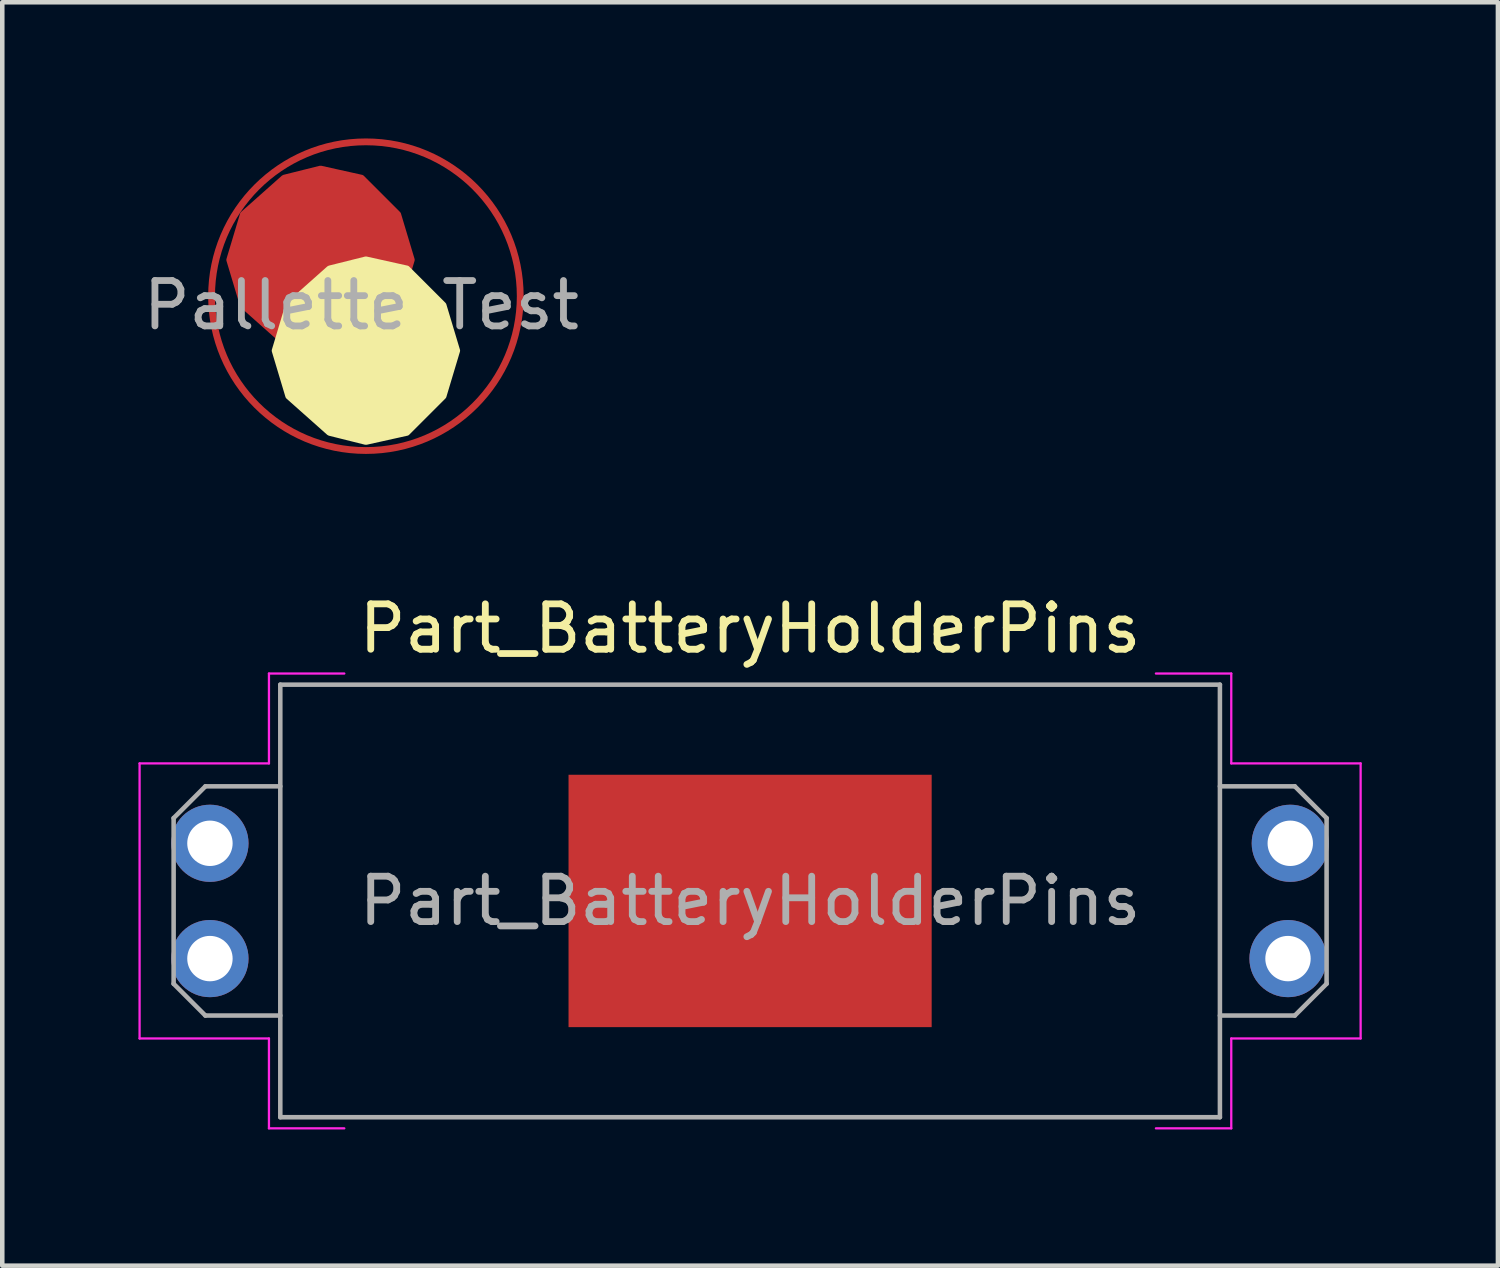
<source format=kicad_pcb>
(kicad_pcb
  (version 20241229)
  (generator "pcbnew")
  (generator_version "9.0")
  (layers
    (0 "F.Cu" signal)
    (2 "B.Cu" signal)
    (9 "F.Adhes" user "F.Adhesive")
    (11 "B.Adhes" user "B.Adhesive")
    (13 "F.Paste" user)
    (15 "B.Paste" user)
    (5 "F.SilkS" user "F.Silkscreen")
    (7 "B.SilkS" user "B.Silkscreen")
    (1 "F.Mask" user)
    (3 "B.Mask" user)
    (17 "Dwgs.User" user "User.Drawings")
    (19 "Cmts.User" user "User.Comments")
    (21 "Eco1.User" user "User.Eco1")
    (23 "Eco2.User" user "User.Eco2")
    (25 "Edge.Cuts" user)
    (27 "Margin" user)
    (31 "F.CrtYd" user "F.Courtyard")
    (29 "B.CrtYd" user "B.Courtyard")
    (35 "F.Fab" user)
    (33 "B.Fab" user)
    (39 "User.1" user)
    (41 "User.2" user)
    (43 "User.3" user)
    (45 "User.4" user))
  (footprint "Part_BatteryHolderPins"
    (layer "F.Cu")
    (at 13.475 16.798)
    (property "Reference" "Part_BatteryHolderPins" (at 0 -6 0) (layer "F.SilkS") (effects (font (size 1 1) (thickness 0.15))))
    (attr smd)
    (fp_line (start -13.45 -3.03) (end -13.45 3.03) (stroke (width 0.05) (type solid)) (layer "F.CrtYd"))
    (fp_line (start -13.45 3.03) (end -10.6 3.03) (stroke (width 0.05) (type solid)) (layer "F.CrtYd"))
    (fp_line (start -10.6 -5.01) (end -10.6 -3.03) (stroke (width 0.05) (type solid)) (layer "F.CrtYd"))
    (fp_line (start -10.6 -3.03) (end -13.45 -3.03) (stroke (width 0.05) (type solid)) (layer "F.CrtYd"))
    (fp_line (start -10.6 5.01) (end -10.6 3.03) (stroke (width 0.05) (type solid)) (layer "F.CrtYd"))
    (fp_line (start -10.6 5.01) (end -8.94 5.01) (stroke (width 0.05) (type solid)) (layer "F.CrtYd"))
    (fp_line (start -8.94 -5.01) (end -10.6 -5.01) (stroke (width 0.05) (type solid)) (layer "F.CrtYd"))
    (fp_line (start 8.94 -5.01) (end 10.6 -5.01) (stroke (width 0.05) (type solid)) (layer "F.CrtYd"))
    (fp_line (start 8.94 5.01) (end 10.6 5.01) (stroke (width 0.05) (type solid)) (layer "F.CrtYd"))
    (fp_line (start 10.6 -5.01) (end 10.6 -3.03) (stroke (width 0.05) (type solid)) (layer "F.CrtYd"))
    (fp_line (start 10.6 -3.03) (end 13.45 -3.03) (stroke (width 0.05) (type solid)) (layer "F.CrtYd"))
    (fp_line (start 10.6 3.03) (end 13.45 3.03) (stroke (width 0.05) (type solid)) (layer "F.CrtYd"))
    (fp_line (start 10.6 5.01) (end 10.6 3.03) (stroke (width 0.05) (type solid)) (layer "F.CrtYd"))
    (fp_line (start 13.45 -3.03) (end 13.45 3.03) (stroke (width 0.05) (type solid)) (layer "F.CrtYd"))
    (fp_line (start -12.7 -1.825) (end -12.7 1.825) (stroke (width 0.1) (type solid)) (layer "F.Fab"))
    (fp_line (start -12.7 -1.825) (end -12 -2.525) (stroke (width 0.1) (type solid)) (layer "F.Fab"))
    (fp_line (start -12.7 1.825) (end -12 2.525) (stroke (width 0.1) (type solid)) (layer "F.Fab"))
    (fp_line (start -10.35 -4.765) (end 10.35 -4.765) (stroke (width 0.1) (type solid)) (layer "F.Fab"))
    (fp_line (start -10.35 -2.525) (end -12 -2.525) (stroke (width 0.1) (type solid)) (layer "F.Fab"))
    (fp_line (start -10.35 2.525) (end -12 2.525) (stroke (width 0.1) (type solid)) (layer "F.Fab"))
    (fp_line (start -10.35 4.765) (end -10.35 -4.765) (stroke (width 0.1) (type solid)) (layer "F.Fab"))
    (fp_line (start -10.35 4.765) (end 10.35 4.765) (stroke (width 0.1) (type solid)) (layer "F.Fab"))
    (fp_line (start 10.35 -2.525) (end 12 -2.525) (stroke (width 0.1) (type solid)) (layer "F.Fab"))
    (fp_line (start 10.35 2.525) (end 12 2.525) (stroke (width 0.1) (type solid)) (layer "F.Fab"))
    (fp_line (start 10.35 4.765) (end 10.35 -4.765) (stroke (width 0.1) (type solid)) (layer "F.Fab"))
    (fp_line (start 12.7 -1.825) (end 12 -2.525) (stroke (width 0.1) (type solid)) (layer "F.Fab"))
    (fp_line (start 12.7 -1.825) (end 12.7 1.825) (stroke (width 0.1) (type solid)) (layer "F.Fab"))
    (fp_line (start 12.7 1.825) (end 12 2.525) (stroke (width 0.1) (type solid)) (layer "F.Fab"))
    (fp_text user "${REFERENCE}" (at 0 0 0) (layer "F.Fab") (effects (font (size 1 1) (thickness 0.15))))
    (pad "1" thru_hole circle (at -11.9 -1.27 90) (size 1.7 1.7) (drill 1) (layers "*.Cu" "*.Mask"))
    (pad "1" thru_hole circle (at -11.9 1.27 90) (size 1.7 1.7) (drill 1) (layers "*.Cu" "*.Mask"))
    (pad "1" smd rect (at 0 0) (size 8 5.56) (layers "F.Cu" "F.Mask" "F.Paste"))
    (pad "1" thru_hole circle (at 11.85 1.27 90) (size 1.7 1.7) (drill 1) (layers "*.Cu" "*.Mask"))
    (pad "1" thru_hole oval (at 11.9 -1.27 90) (size 1.7 1.7) (drill 1) (layers "*.Cu" "*.Mask")))
  (footprint "Pallette Test"
    (layer "F.Cu")
    (at 5.011 3.675)
    (property "Reference" "Pallette Test" (at -0.1 0 0) (layer "F.Fab") (effects (font (size 1 1) (thickness 0.15))))
    (attr through_hole)
    (fp_circle (center 0 -0.2) (end 0 -3.6) (stroke (width 0.15) (type solid)) (fill no) (layer "F.Cu"))
    (fp_poly (pts (xy -1 -3) (xy -0.1 -2.8) (xy 0.7 -2) (xy 1 -1) (xy 0.7 0) (xy -0.1 0.8) (xy -1 1) (xy -1.8 0.8) (xy -2.7 0) (xy -3 -1) (xy -2.7 -2) (xy -1.8 -2.8)) (stroke (width 0.15) (type solid)) (fill yes) (layer "F.Cu"))
    (fp_poly (pts (xy 1 -3) (xy 1.9 -2.8) (xy 2.7 -2) (xy 3 -1) (xy 2.7 0) (xy 1.9 0.8) (xy 1 1) (xy 0.2 0.8) (xy -0.7 0) (xy -1 -1) (xy -0.7 -2) (xy 0.2 -2.8)) (stroke (width 0.15) (type solid)) (fill yes) (layer "F.Mask"))
    (fp_poly (pts (xy 0 -1) (xy 0.9 -0.8) (xy 1.7 0) (xy 2 1) (xy 1.7 2) (xy 0.9 2.8) (xy 0 3) (xy -0.8 2.8) (xy -1.7 2) (xy -2 1) (xy -1.7 0) (xy -0.8 -0.8)) (stroke (width 0.15) (type solid)) (fill yes) (layer "F.SilkS")))
  (gr_rect
    (start -3 -3)
    (end 29.95 24.833)
    (stroke (width 0.1) (type default))
    (fill no)
    (layer "Edge.Cuts")))
</source>
